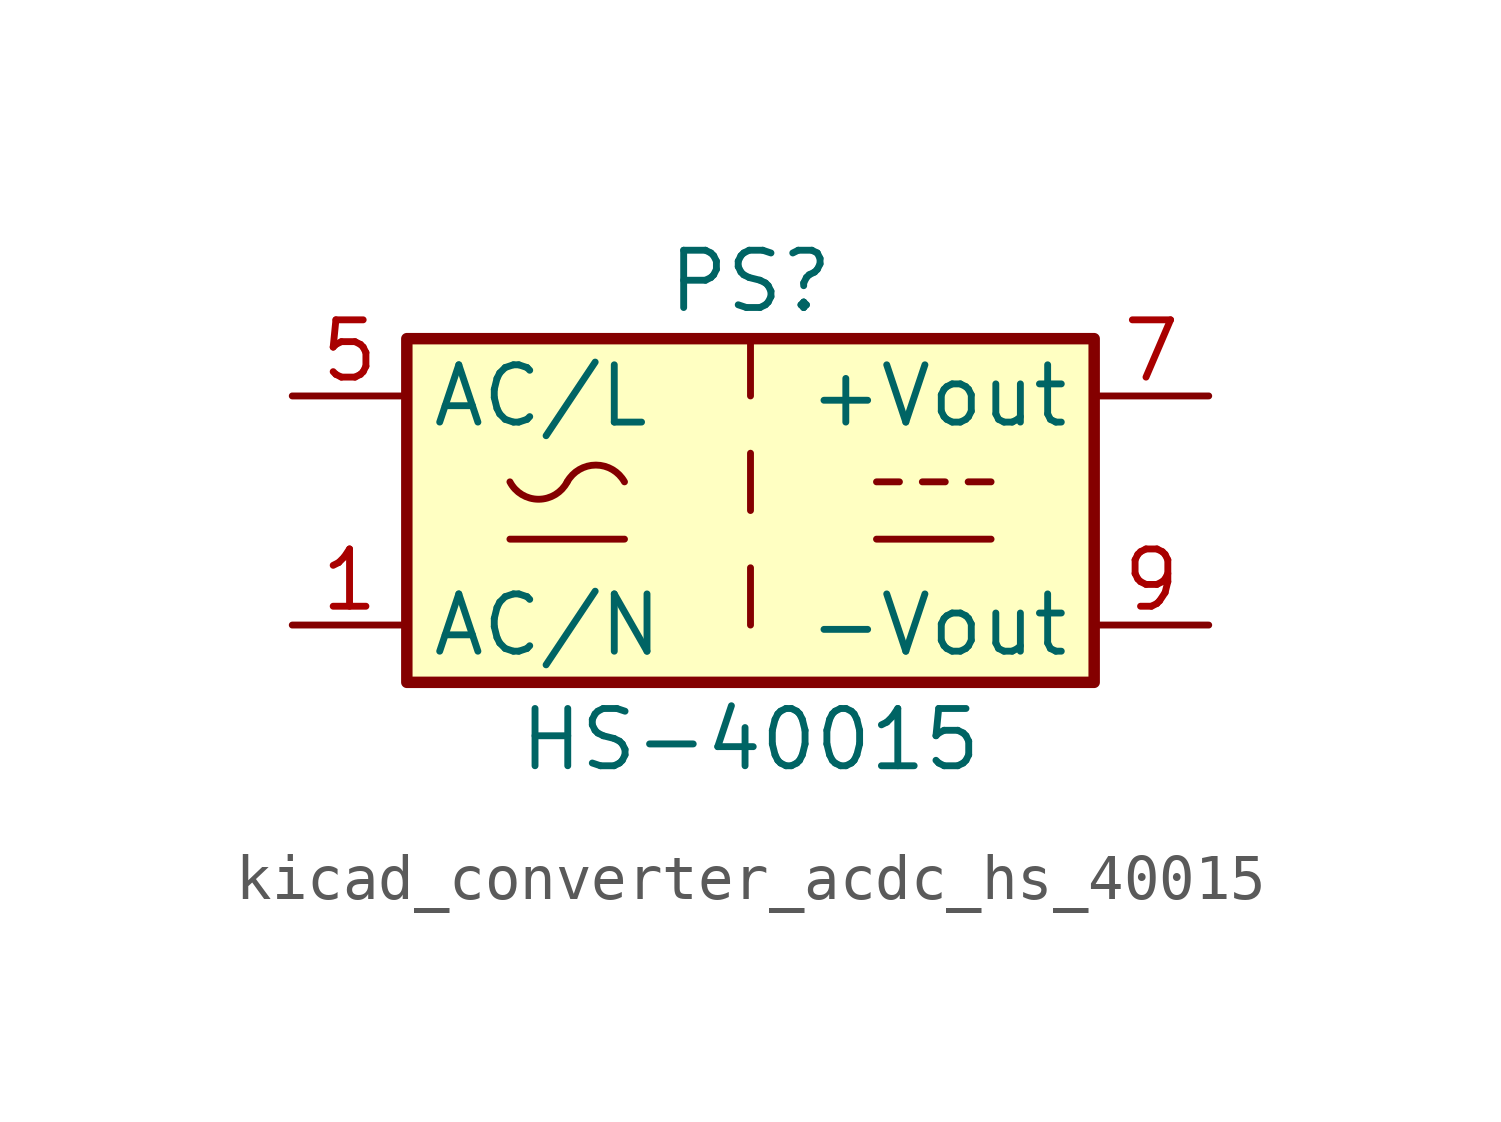
<source format=kicad_sym>
(kicad_symbol_lib
  (version 20220914)
  (generator kicad_symbol_editor)
  (symbol "kicad_converter_acdc_hs_40015"
    (property "Reference" "PS"
      (at 0 5.08 0)
      (effects (font (size 1.27 1.27))))
    (property "Value" "HS-40015"
      (at 0 -5.08 0)
      (effects (font (size 1.27 1.27))))
    (symbol "kicad_converter_acdc_hs_40015_0_1"
      (rectangle (start -7.62 3.81) (end 7.62 -3.81) (stroke (width 0.254) (type default)) (fill (type background)))
      (arc (start -5.334 0.635) (mid -4.699 0.2495) (end -4.064 0.635) (stroke (width 0) (type default)) (fill (type none)))
      (arc (start -2.794 0.635) (mid -3.429 1.0072) (end -4.064 0.635) (stroke (width 0) (type default)) (fill (type none)))
      (polyline (pts (xy -5.334 -0.635) (xy -2.794 -0.635)) (stroke (width 0) (type default)) (fill (type none)))
      (polyline (pts (xy 2.794 -0.635) (xy 5.334 -0.635)) (stroke (width 0) (type default)) (fill (type none)))
      (polyline (pts (xy 2.794 0.635) (xy 3.302 0.635)) (stroke (width 0) (type default)) (fill (type none)))
      (polyline (pts (xy 3.81 0.635) (xy 4.318 0.635)) (stroke (width 0) (type default)) (fill (type none)))
      (polyline (pts (xy 4.826 0.635) (xy 5.334 0.635)) (stroke (width 0) (type default)) (fill (type none))))
    (symbol "kicad_converter_acdc_hs_40015_1_1"
      (polyline (pts (xy 0 -1.27) (xy 0 -2.54)) (stroke (width 0) (type default)) (fill (type none)))
      (polyline (pts (xy 0 1.27) (xy 0 0)) (stroke (width 0) (type default)) (fill (type none)))
      (polyline (pts (xy 0 3.81) (xy 0 2.54)) (stroke (width 0) (type default)) (fill (type none)))
      (pin power_in line (at -10.16 -2.54 0) (length 2.54) (name "AC/N" (effects (font (size 1.27 1.27)))) (number "1" (effects (font (size 1.27 1.27)))))
      (pin power_in line (at -10.16 2.54 0) (length 2.54) (name "AC/L" (effects (font (size 1.27 1.27)))) (number "5" (effects (font (size 1.27 1.27)))))
      (pin power_out line (at 10.16 2.54 180) (length 2.54) (name "+Vout" (effects (font (size 1.27 1.27)))) (number "7" (effects (font (size 1.27 1.27)))))
      (pin power_out line (at 10.16 -2.54 180) (length 2.54) (name "-Vout" (effects (font (size 1.27 1.27)))) (number "9" (effects (font (size 1.27 1.27))))))))
</source>
